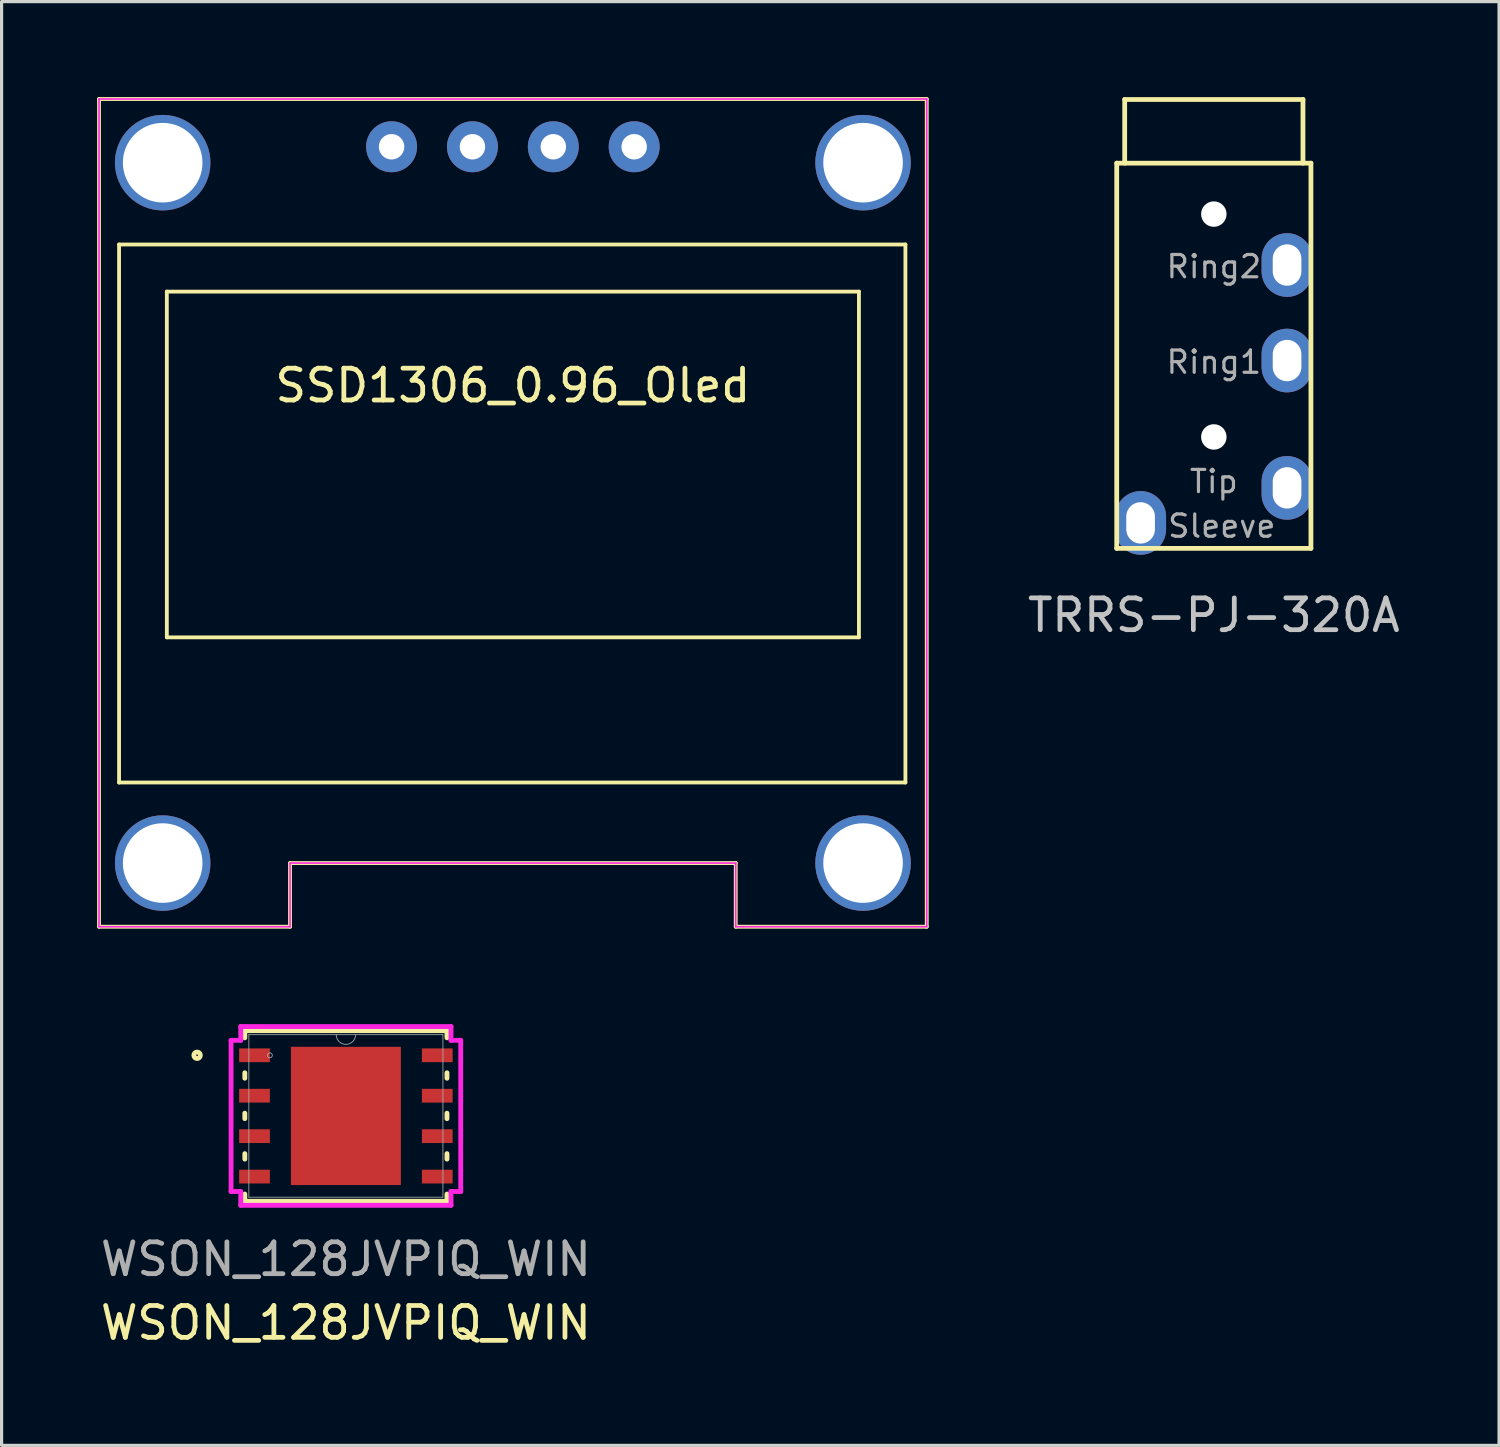
<source format=kicad_pcb>
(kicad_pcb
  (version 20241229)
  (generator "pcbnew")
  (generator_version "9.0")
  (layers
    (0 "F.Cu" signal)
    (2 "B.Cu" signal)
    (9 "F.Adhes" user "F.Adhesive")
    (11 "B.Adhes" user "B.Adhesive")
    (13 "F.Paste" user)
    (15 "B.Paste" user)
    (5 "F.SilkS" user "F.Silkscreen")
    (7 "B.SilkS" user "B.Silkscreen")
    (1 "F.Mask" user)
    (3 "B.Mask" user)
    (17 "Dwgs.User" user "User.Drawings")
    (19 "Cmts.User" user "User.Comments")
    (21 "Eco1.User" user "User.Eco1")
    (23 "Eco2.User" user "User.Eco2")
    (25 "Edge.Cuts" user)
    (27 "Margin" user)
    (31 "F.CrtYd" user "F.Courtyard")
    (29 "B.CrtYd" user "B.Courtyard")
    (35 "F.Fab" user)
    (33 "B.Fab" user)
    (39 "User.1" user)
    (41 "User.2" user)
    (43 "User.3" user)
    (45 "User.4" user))
  (footprint "TRRS-PJ-320A"
    (layer "F.Cu")
    (at 35.078 2.075)
    (property "Reference" "TRRS-PJ-320A" (at 0 14.2 0) (layer "Dwgs.User") (effects (font (size 1 1) (thickness 0.15))))
    (attr through_hole)
    (fp_line (start -3.05 0) (end -3.05 12.1) (stroke (width 0.15) (type solid)) (layer "F.SilkS"))
    (fp_line (start -2.8 0) (end -2.8 -2) (stroke (width 0.15) (type solid)) (layer "F.SilkS"))
    (fp_line (start 2.8 -2) (end -2.8 -2) (stroke (width 0.15) (type solid)) (layer "F.SilkS"))
    (fp_line (start 2.8 0) (end 2.8 -2) (stroke (width 0.15) (type solid)) (layer "F.SilkS"))
    (fp_line (start 3.05 0) (end -3.05 0) (stroke (width 0.15) (type solid)) (layer "F.SilkS"))
    (fp_line (start 3.05 0) (end 3.05 12.1) (stroke (width 0.15) (type solid)) (layer "F.SilkS"))
    (fp_line (start 3.05 12.1) (end -3.05 12.1) (stroke (width 0.15) (type solid)) (layer "F.SilkS"))
    (fp_text user "Ring1" (at 0 6.25 0) (layer "F.Fab") (effects (font (size 0.7 0.7) (thickness 0.1))))
    (fp_text user "Tip" (at 0 10 0) (layer "F.Fab") (effects (font (size 0.7 0.7) (thickness 0.1))))
    (fp_text user "Ring2" (at 0 3.25 0) (layer "F.Fab") (effects (font (size 0.7 0.7) (thickness 0.1))))
    (fp_text user "Sleeve" (at 0.25 11.4 0) (layer "F.Fab") (effects (font (size 0.7 0.7) (thickness 0.1))))
    (pad "" np_thru_hole circle (at 0 1.6) (size 0.8 0.8) (drill 0.8) (layers "*.Cu" "*.Mask"))
    (pad "" np_thru_hole circle (at 0 8.6) (size 0.8 0.8) (drill 0.8) (layers "*.Cu" "*.Mask"))
    (pad "R1" thru_hole oval (at 2.3 6.2) (size 1.6 2) (drill oval 0.9 1.3) (layers "*.Cu" "*.Mask"))
    (pad "R2" thru_hole oval (at 2.3 3.2 180) (size 1.6 2) (drill oval 0.9 1.3) (layers "*.Cu" "*.Mask"))
    (pad "S" thru_hole oval (at -2.3 11.3) (size 1.6 2) (drill oval 0.9 1.3) (layers "*.Cu" "*.Mask"))
    (pad "T" thru_hole oval (at 2.3 10.2) (size 1.6 2) (drill oval 0.9 1.3) (layers "*.Cu" "*.Mask")))
  (footprint "WSON_128JVPIQ_WIN"
    (layer "F.Cu")
    (at 7.815 32.003)
    (property "Reference" "WSON_128JVPIQ_WIN" (at 0 6.5 0) (unlocked yes) (layer "F.SilkS") (effects (font (size 1 1) (thickness 0.15))))
    (attr smd)
    (fp_line (start -3.175 -2.68) (end -3.175 -2.454) (stroke (width 0.152) (type solid)) (layer "F.SilkS"))
    (fp_line (start -3.175 -1.356) (end -3.175 -1.184) (stroke (width 0.152) (type solid)) (layer "F.SilkS"))
    (fp_line (start -3.175 -0.086) (end -3.175 0.086) (stroke (width 0.152) (type solid)) (layer "F.SilkS"))
    (fp_line (start -3.175 1.184) (end -3.175 1.356) (stroke (width 0.152) (type solid)) (layer "F.SilkS"))
    (fp_line (start -3.175 2.454) (end -3.175 2.68) (stroke (width 0.152) (type solid)) (layer "F.SilkS"))
    (fp_line (start -3.175 2.68) (end 3.175 2.68) (stroke (width 0.152) (type solid)) (layer "F.SilkS"))
    (fp_line (start 3.175 -2.68) (end -3.175 -2.68) (stroke (width 0.152) (type solid)) (layer "F.SilkS"))
    (fp_line (start 3.175 -2.454) (end 3.175 -2.68) (stroke (width 0.152) (type solid)) (layer "F.SilkS"))
    (fp_line (start 3.175 -1.184) (end 3.175 -1.356) (stroke (width 0.152) (type solid)) (layer "F.SilkS"))
    (fp_line (start 3.175 0.086) (end 3.175 -0.086) (stroke (width 0.152) (type solid)) (layer "F.SilkS"))
    (fp_line (start 3.175 1.356) (end 3.175 1.184) (stroke (width 0.152) (type solid)) (layer "F.SilkS"))
    (fp_line (start 3.175 2.68) (end 3.175 2.454) (stroke (width 0.152) (type solid)) (layer "F.SilkS"))
    (fp_circle (center -4.674 -1.905) (end -4.572 -1.905) (stroke (width 0.152) (type solid)) (fill no) (layer "F.SilkS"))
    (fp_poly (pts (xy -1.627 -2.072) (xy -1.627 -0.824) (xy -0.1 -0.824) (xy -0.1 -2.072)) (stroke (width 0) (type solid)) (fill yes) (layer "F.Paste"))
    (fp_poly (pts (xy -1.627 -0.624) (xy -1.627 0.624) (xy -0.1 0.624) (xy -0.1 -0.624)) (stroke (width 0) (type solid)) (fill yes) (layer "F.Paste"))
    (fp_poly (pts (xy -1.627 0.824) (xy -1.627 2.072) (xy -0.1 2.072) (xy -0.1 0.824)) (stroke (width 0) (type solid)) (fill yes) (layer "F.Paste"))
    (fp_poly (pts (xy 0.1 -2.072) (xy 0.1 -0.824) (xy 1.627 -0.824) (xy 1.627 -2.072)) (stroke (width 0) (type solid)) (fill yes) (layer "F.Paste"))
    (fp_poly (pts (xy 0.1 -0.624) (xy 0.1 0.624) (xy 1.627 0.624) (xy 1.627 -0.624)) (stroke (width 0) (type solid)) (fill yes) (layer "F.Paste"))
    (fp_poly (pts (xy 0.1 0.824) (xy 0.1 2.072) (xy 1.627 2.072) (xy 1.627 0.824)) (stroke (width 0) (type solid)) (fill yes) (layer "F.Paste"))
    (fp_line (start -3.607 -2.375) (end -3.302 -2.375) (stroke (width 0.152) (type solid)) (layer "F.CrtYd"))
    (fp_line (start -3.607 2.375) (end -3.607 -2.375) (stroke (width 0.152) (type solid)) (layer "F.CrtYd"))
    (fp_line (start -3.607 2.375) (end -3.302 2.375) (stroke (width 0.152) (type solid)) (layer "F.CrtYd"))
    (fp_line (start -3.302 -2.807) (end 3.302 -2.807) (stroke (width 0.152) (type solid)) (layer "F.CrtYd"))
    (fp_line (start -3.302 -2.375) (end -3.302 -2.807) (stroke (width 0.152) (type solid)) (layer "F.CrtYd"))
    (fp_line (start -3.302 2.807) (end -3.302 2.375) (stroke (width 0.152) (type solid)) (layer "F.CrtYd"))
    (fp_line (start 3.302 -2.807) (end 3.302 -2.375) (stroke (width 0.152) (type solid)) (layer "F.CrtYd"))
    (fp_line (start 3.302 2.375) (end 3.302 2.807) (stroke (width 0.152) (type solid)) (layer "F.CrtYd"))
    (fp_line (start 3.302 2.807) (end -3.302 2.807) (stroke (width 0.152) (type solid)) (layer "F.CrtYd"))
    (fp_line (start 3.607 -2.375) (end 3.302 -2.375) (stroke (width 0.152) (type solid)) (layer "F.CrtYd"))
    (fp_line (start 3.607 -2.375) (end 3.607 2.375) (stroke (width 0.152) (type solid)) (layer "F.CrtYd"))
    (fp_line (start 3.607 2.375) (end 3.302 2.375) (stroke (width 0.152) (type solid)) (layer "F.CrtYd"))
    (fp_line (start -3.048 -2.553) (end -3.048 2.553) (stroke (width 0.025) (type solid)) (layer "F.Fab"))
    (fp_line (start -3.048 2.553) (end 3.048 2.553) (stroke (width 0.025) (type solid)) (layer "F.Fab"))
    (fp_line (start 3.048 -2.553) (end -3.048 -2.553) (stroke (width 0.025) (type solid)) (layer "F.Fab"))
    (fp_line (start 3.048 2.553) (end 3.048 -2.553) (stroke (width 0.025) (type solid)) (layer "F.Fab"))
    (fp_arc (start 0.3048 -2.5527) (mid 0 -2.2479) (end -0.3048 -2.5527) (stroke (width 0.0254) (type solid)) (layer "F.Fab"))
    (fp_circle (center -2.388 -1.905) (end -2.311 -1.905) (stroke (width 0.025) (type solid)) (fill no) (layer "F.Fab"))
    (fp_text user "${REFERENCE}" (at 0 4.5 0) (unlocked yes) (layer "F.Fab") (effects (font (size 1 1) (thickness 0.15))))
    (pad "1" smd rect (at -2.87 -1.905) (size 0.965 0.432) (layers "F.Cu" "F.Mask" "F.Paste"))
    (pad "2" smd rect (at -2.87 -0.635) (size 0.965 0.432) (layers "F.Cu" "F.Mask" "F.Paste"))
    (pad "3" smd rect (at -2.87 0.635) (size 0.965 0.432) (layers "F.Cu" "F.Mask" "F.Paste"))
    (pad "4" smd rect (at -2.87 1.905) (size 0.965 0.432) (layers "F.Cu" "F.Mask" "F.Paste"))
    (pad "5" smd rect (at 2.87 1.905) (size 0.965 0.432) (layers "F.Cu" "F.Mask" "F.Paste"))
    (pad "6" smd rect (at 2.87 0.635) (size 0.965 0.432) (layers "F.Cu" "F.Mask" "F.Paste"))
    (pad "7" smd rect (at 2.87 -0.635) (size 0.965 0.432) (layers "F.Cu" "F.Mask" "F.Paste"))
    (pad "8" smd rect (at 2.87 -1.905) (size 0.965 0.432) (layers "F.Cu" "F.Mask" "F.Paste"))
    (pad "9" smd rect (at 0 0) (size 3.454 4.343) (layers "F.Cu" "F.Mask" "F.Paste")))
  (footprint "SSD1306_0.96_Oled"
    (layer "F.Cu")
    (at 13.06 13.06)
    (property "Reference" "SSD1306_0.96_Oled" (at 0 -4 0) (unlocked yes) (layer "F.SilkS") (effects (font (size 1 1) (thickness 0.15))))
    (attr through_hole)
    (fp_line (start -13 -13) (end -13 13) (stroke (width 0.12) (type solid)) (layer "F.SilkS"))
    (fp_line (start -13 13) (end -7 13) (stroke (width 0.12) (type solid)) (layer "F.SilkS"))
    (fp_line (start -12.37 -8.43) (end -12.37 8.47) (stroke (width 0.12) (type solid)) (layer "F.SilkS"))
    (fp_line (start -12.37 8.47) (end 12.33 8.47) (stroke (width 0.12) (type solid)) (layer "F.SilkS"))
    (fp_line (start -10.87 -6.95) (end -10.87 3.91) (stroke (width 0.12) (type solid)) (layer "F.SilkS"))
    (fp_line (start -10.87 3.91) (end 10.87 3.91) (stroke (width 0.12) (type solid)) (layer "F.SilkS"))
    (fp_line (start -7 11) (end 7 11) (stroke (width 0.12) (type solid)) (layer "F.SilkS"))
    (fp_line (start -7 13) (end -7 11) (stroke (width 0.12) (type solid)) (layer "F.SilkS"))
    (fp_line (start 7 11) (end 7 13) (stroke (width 0.12) (type solid)) (layer "F.SilkS"))
    (fp_line (start 7 13) (end 13 13) (stroke (width 0.12) (type solid)) (layer "F.SilkS"))
    (fp_line (start 10.87 -6.95) (end -10.87 -6.95) (stroke (width 0.12) (type solid)) (layer "F.SilkS"))
    (fp_line (start 10.87 3.91) (end 10.87 -6.95) (stroke (width 0.12) (type solid)) (layer "F.SilkS"))
    (fp_line (start 12.33 -8.43) (end -12.37 -8.43) (stroke (width 0.12) (type solid)) (layer "F.SilkS"))
    (fp_line (start 12.33 8.47) (end 12.33 -8.43) (stroke (width 0.12) (type solid)) (layer "F.SilkS"))
    (fp_line (start 13 -13) (end -13 -13) (stroke (width 0.12) (type solid)) (layer "F.SilkS"))
    (fp_line (start 13 13) (end 13 -13) (stroke (width 0.12) (type solid)) (layer "F.SilkS"))
    (fp_line (start -13 -13) (end -13 13) (stroke (width 0.05) (type solid)) (layer "F.CrtYd"))
    (fp_line (start -13 13) (end -7 13) (stroke (width 0.05) (type solid)) (layer "F.CrtYd"))
    (fp_line (start -7 11) (end 7 11) (stroke (width 0.05) (type solid)) (layer "F.CrtYd"))
    (fp_line (start -7 13) (end -7 11) (stroke (width 0.05) (type solid)) (layer "F.CrtYd"))
    (fp_line (start 7 11) (end 7 13) (stroke (width 0.05) (type solid)) (layer "F.CrtYd"))
    (fp_line (start 7 13) (end 13 13) (stroke (width 0.05) (type solid)) (layer "F.CrtYd"))
    (fp_line (start 13 -13) (end -13 -13) (stroke (width 0.05) (type solid)) (layer "F.CrtYd"))
    (fp_line (start 13 13) (end 13 -13) (stroke (width 0.05) (type solid)) (layer "F.CrtYd"))
    (pad "" np_thru_hole circle (at -11 -11) (size 3 3) (drill 2.5) (layers "*.Cu" "*.Mask"))
    (pad "" np_thru_hole circle (at -11 11) (size 3 3) (drill 2.5) (layers "*.Cu" "*.Mask"))
    (pad "" np_thru_hole circle (at 11 -11) (size 3 3) (drill 2.5) (layers "*.Cu" "*.Mask"))
    (pad "" np_thru_hole circle (at 11 11) (size 3 3) (drill 2.5) (layers "*.Cu" "*.Mask"))
    (pad "1" thru_hole circle (at -3.81 -11.5) (size 1.6 1.6) (drill 0.8) (layers "*.Cu" "*.Mask"))
    (pad "2" thru_hole circle (at -1.27 -11.5) (size 1.6 1.6) (drill 0.8) (layers "*.Cu" "*.Mask"))
    (pad "3" thru_hole circle (at 1.27 -11.5) (size 1.6 1.6) (drill 0.8) (layers "*.Cu" "*.Mask"))
    (pad "4" thru_hole circle (at 3.81 -11.5) (size 1.6 1.6) (drill 0.8) (layers "*.Cu" "*.Mask")))
  (gr_rect
    (start -3 -3)
    (end 44.037 42.351)
    (stroke (width 0.1) (type default))
    (fill no)
    (layer "Edge.Cuts")))
</source>
